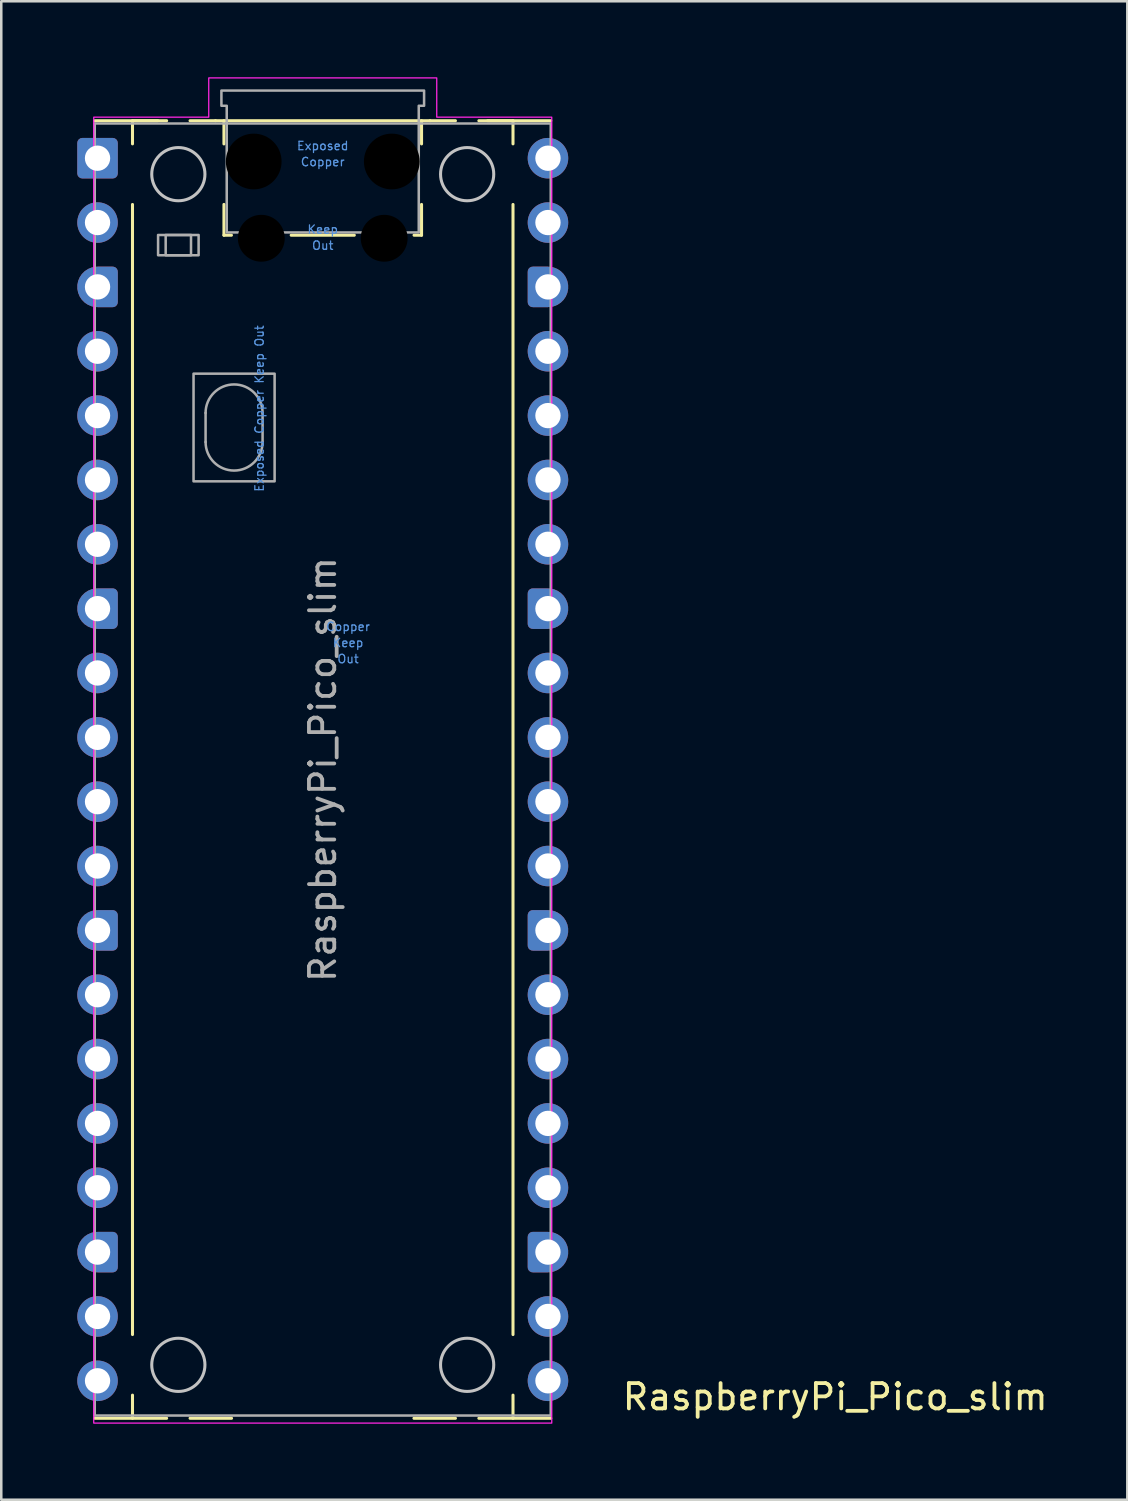
<source format=kicad_pcb>
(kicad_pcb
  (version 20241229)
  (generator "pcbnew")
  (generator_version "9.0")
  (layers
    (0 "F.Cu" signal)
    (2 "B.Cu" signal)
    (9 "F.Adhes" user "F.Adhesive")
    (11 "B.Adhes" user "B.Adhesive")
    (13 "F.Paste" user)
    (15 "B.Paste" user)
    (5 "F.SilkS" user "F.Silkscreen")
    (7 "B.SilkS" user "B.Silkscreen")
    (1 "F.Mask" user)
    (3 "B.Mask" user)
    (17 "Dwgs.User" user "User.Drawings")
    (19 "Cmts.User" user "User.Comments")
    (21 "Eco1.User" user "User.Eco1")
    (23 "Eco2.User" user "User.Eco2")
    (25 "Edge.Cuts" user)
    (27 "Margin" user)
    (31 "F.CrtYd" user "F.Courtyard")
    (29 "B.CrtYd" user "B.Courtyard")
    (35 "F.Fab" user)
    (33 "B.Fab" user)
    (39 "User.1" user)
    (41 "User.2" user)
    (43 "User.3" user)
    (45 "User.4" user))
  (footprint "RaspberryPi_Pico_slim"
    (layer "F.Cu")
    (at 9.69 27.325)
    (property "Reference" "RaspberryPi_Pico_slim" (at 11.748 24.765 0) (unlocked yes) (layer "F.SilkS") (effects (font (size 1 1) (thickness 0.15)) (justify left)))
    (attr through_hole)
    (fp_line (start -9 -25.61) (end -6.51 -25.61) (stroke (width 0.12) (type solid)) (layer "F.SilkS"))
    (fp_line (start -9 25.61) (end -6.162 25.61) (stroke (width 0.12) (type solid)) (layer "F.SilkS"))
    (fp_line (start -7.51 -25.61) (end -7.51 -24.696) (stroke (width 0.12) (type solid)) (layer "F.SilkS"))
    (fp_line (start -7.51 -25.61) (end -6.162 -25.61) (stroke (width 0.12) (type solid)) (layer "F.SilkS"))
    (fp_line (start -7.51 -22.304) (end -7.51 22.304) (stroke (width 0.12) (type solid)) (layer "F.SilkS"))
    (fp_line (start -7.51 24.696) (end -7.51 25.61) (stroke (width 0.12) (type solid)) (layer "F.SilkS"))
    (fp_line (start -5.238 -25.61) (end -4.235 -25.61) (stroke (width 0.12) (type solid)) (layer "F.SilkS"))
    (fp_line (start -4.235 -25.61) (end 4.235 -25.61) (stroke (width 0.12) (type solid)) (layer "F.SilkS"))
    (fp_line (start -3.9 -25.61) (end -3.9 -24.694) (stroke (width 0.12) (type solid)) (layer "F.SilkS"))
    (fp_line (start -3.9 -22.306) (end -3.9 -21.09) (stroke (width 0.12) (type solid)) (layer "F.SilkS"))
    (fp_line (start -3.9 -21.09) (end -3.604 -21.09) (stroke (width 0.12) (type solid)) (layer "F.SilkS"))
    (fp_line (start -3.6 25.61) (end -5.238 25.61) (stroke (width 0.12) (type solid)) (layer "F.SilkS"))
    (fp_line (start -1.246 -21.09) (end 1.246 -21.09) (stroke (width 0.12) (type solid)) (layer "F.SilkS"))
    (fp_line (start 3.604 -21.09) (end 3.9 -21.09) (stroke (width 0.12) (type solid)) (layer "F.SilkS"))
    (fp_line (start 3.9 -25.61) (end 3.9 -24.694) (stroke (width 0.12) (type solid)) (layer "F.SilkS"))
    (fp_line (start 3.9 -22.306) (end 3.9 -21.09) (stroke (width 0.12) (type solid)) (layer "F.SilkS"))
    (fp_line (start 4.235 -25.61) (end 5.238 -25.61) (stroke (width 0.12) (type solid)) (layer "F.SilkS"))
    (fp_line (start 5.238 25.61) (end 3.6 25.61) (stroke (width 0.12) (type solid)) (layer "F.SilkS"))
    (fp_line (start 6.162 -25.61) (end 7.51 -25.61) (stroke (width 0.12) (type solid)) (layer "F.SilkS"))
    (fp_line (start 6.162 25.61) (end 9 25.61) (stroke (width 0.12) (type solid)) (layer "F.SilkS"))
    (fp_line (start 7.51 -25.61) (end 7.51 -24.696) (stroke (width 0.12) (type solid)) (layer "F.SilkS"))
    (fp_line (start 7.51 -22.304) (end 7.51 22.304) (stroke (width 0.12) (type solid)) (layer "F.SilkS"))
    (fp_line (start 7.51 24.696) (end 7.51 25.61) (stroke (width 0.12) (type solid)) (layer "F.SilkS"))
    (fp_line (start 9 -25.61) (end 6.51 -25.61) (stroke (width 0.12) (type solid)) (layer "F.SilkS"))
    (fp_circle (center -5.7 -23.5) (end -4.65 -23.5) (stroke (width 0.12) (type solid)) (fill no) (layer "Dwgs.User"))
    (fp_circle (center -5.7 23.5) (end -4.65 23.5) (stroke (width 0.12) (type solid)) (fill no) (layer "Dwgs.User"))
    (fp_circle (center 5.7 -23.5) (end 6.75 -23.5) (stroke (width 0.12) (type solid)) (fill no) (layer "Dwgs.User"))
    (fp_circle (center 5.7 23.5) (end 6.75 23.5) (stroke (width 0.12) (type solid)) (fill no) (layer "Dwgs.User"))
    (fp_poly (pts (xy -4.5 -27.3) (xy 4.5 -27.3) (xy 4.5 -25.75) (xy 9.04 -25.75) (xy 9.04 25.8) (xy -9.04 25.8) (xy -9.04 -25.75) (xy -4.5 -25.75)) (stroke (width 0.05) (type solid)) (fill no) (layer "F.CrtYd"))
    (fp_line (start -9 -25.5) (end 9 -25.5) (stroke (width 0.1) (type solid)) (layer "F.Fab"))
    (fp_line (start -9 25.5) (end -9 -25.5) (stroke (width 0.1) (type solid)) (layer "F.Fab"))
    (fp_line (start -4.625 -14.075) (end -4.625 -12.925) (stroke (width 0.1) (type solid)) (layer "F.Fab"))
    (fp_line (start -2.375 -14.075) (end -2.375 -12.925) (stroke (width 0.1) (type solid)) (layer "F.Fab"))
    (fp_line (start 9 -25.5) (end 9 25.5) (stroke (width 0.1) (type solid)) (layer "F.Fab"))
    (fp_line (start 9 25.5) (end -9 25.5) (stroke (width 0.1) (type solid)) (layer "F.Fab"))
    (fp_rect (start -6.5 -21.1) (end -4.9 -20.3) (stroke (width 0.1) (type solid)) (fill no) (layer "F.Fab"))
    (fp_rect (start -6.2 -21.1) (end -5.2 -20.3) (stroke (width 0.1) (type solid)) (fill no) (layer "F.Fab"))
    (fp_rect (start -5.1 -15.625) (end -1.9 -11.375) (stroke (width 0.1) (type solid)) (fill no) (layer "F.Fab"))
    (fp_arc (start -4.625 -14.075) (mid -3.5 -15.2) (end -2.375 -14.075) (stroke (width 0.1) (type solid)) (layer "F.Fab"))
    (fp_arc (start -2.375 -12.925) (mid -3.5 -11.8) (end -4.625 -12.925) (stroke (width 0.1) (type solid)) (layer "F.Fab"))
    (fp_poly (pts (xy 3.79 -21.2) (xy 3.79 -26.2) (xy 4 -26.2) (xy 4 -26.8) (xy -4 -26.8) (xy -4 -26.2) (xy -3.79 -26.2) (xy -3.79 -21.2)) (stroke (width 0.1) (type solid)) (fill no) (layer "F.Fab"))
    (fp_text user "Copper" (at 0 -23.983 0) (unlocked yes) (layer "Cmts.User") (effects (font (size 0.333 0.333) (thickness 0.05))))
    (fp_text user "Exposed" (at 0 -24.617 0) (unlocked yes) (layer "Cmts.User") (effects (font (size 0.333 0.333) (thickness 0.05))))
    (fp_text user "Exposed Copper Keep Out" (at -2.5 -14.25 90) (unlocked yes) (layer "Cmts.User") (effects (font (size 0.333 0.333) (thickness 0.05))))
    (fp_text user "Keep" (at 0 -21.317 0) (unlocked yes) (layer "Cmts.User") (effects (font (size 0.333 0.333) (thickness 0.05))))
    (fp_text user "Out" (at 1 -4.365 0) (unlocked yes) (layer "Cmts.User") (effects (font (size 0.333 0.333) (thickness 0.05))))
    (fp_text user "Out" (at 0 -20.683 0) (unlocked yes) (layer "Cmts.User") (effects (font (size 0.333 0.333) (thickness 0.05))))
    (fp_text user "Copper" (at 1 -5.635 0) (unlocked yes) (layer "Cmts.User") (effects (font (size 0.333 0.333) (thickness 0.05))))
    (fp_text user "Keep" (at 1 -5 0) (unlocked yes) (layer "Cmts.User") (effects (font (size 0.333 0.333) (thickness 0.05))))
    (fp_text user "${REFERENCE}" (at 0 0 90) (layer "F.Fab") (effects (font (size 1 1) (thickness 0.15))))
    (pad "" np_thru_hole circle (at -2.725 -24) (size 2.2 2.2) (drill 2.2) (layers "*.Mask"))
    (pad "" np_thru_hole circle (at -2.425 -20.97) (size 1.85 1.85) (drill 1.85) (layers "*.Mask"))
    (pad "" np_thru_hole circle (at 2.425 -20.97) (size 1.85 1.85) (drill 1.85) (layers "*.Mask"))
    (pad "" np_thru_hole circle (at 2.725 -24) (size 2.2 2.2) (drill 2.2) (layers "*.Mask"))
    (pad "1" thru_hole roundrect (at -8.89 -24.13) (size 1.6 1.6) (drill 1) (layers "*.Cu" "*.Mask") (roundrect_rratio 0.125))
    (pad "2" thru_hole circle (at -8.89 -21.59) (size 1.6 1.6) (drill 1) (layers "*.Cu" "*.Mask"))
    (pad "3" thru_hole custom (at -8.89 -19.05) (size 1.6 1.6) (drill 1) (layers "*.Cu" "*.Mask") (options (anchor circle)) (primitives (gr_poly (pts (xy 0.8 0.6) (xy 0.8 -0.6) (xy 0.6 -0.8) (xy 0 -0.8) (xy 0 0.8) (xy 0.6 0.8)) (width 0) (fill yes)) (gr_circle (center 0.6 0.6) (end 0.8 0.6) (width 0) (fill yes)) (gr_circle (center 0.6 -0.6) (end 0.8 -0.6) (width 0) (fill yes))))
    (pad "4" thru_hole circle (at -8.89 -16.51) (size 1.6 1.6) (drill 1) (layers "*.Cu" "*.Mask"))
    (pad "5" thru_hole circle (at -8.89 -13.97) (size 1.6 1.6) (drill 1) (layers "*.Cu" "*.Mask"))
    (pad "6" thru_hole circle (at -8.89 -11.43) (size 1.6 1.6) (drill 1) (layers "*.Cu" "*.Mask"))
    (pad "7" thru_hole circle (at -8.89 -8.89) (size 1.6 1.6) (drill 1) (layers "*.Cu" "*.Mask"))
    (pad "8" thru_hole custom (at -8.89 -6.35) (size 1.6 1.6) (drill 1) (layers "*.Cu" "*.Mask") (options (anchor circle)) (primitives (gr_poly (pts (xy 0.8 0.6) (xy 0.8 -0.6) (xy 0.6 -0.8) (xy 0 -0.8) (xy 0 0.8) (xy 0.6 0.8)) (width 0) (fill yes)) (gr_circle (center 0.6 0.6) (end 0.8 0.6) (width 0) (fill yes)) (gr_circle (center 0.6 -0.6) (end 0.8 -0.6) (width 0) (fill yes))))
    (pad "9" thru_hole circle (at -8.89 -3.81) (size 1.6 1.6) (drill 1) (layers "*.Cu" "*.Mask"))
    (pad "10" thru_hole circle (at -8.89 -1.27) (size 1.6 1.6) (drill 1) (layers "*.Cu" "*.Mask"))
    (pad "11" thru_hole circle (at -8.89 1.27) (size 1.6 1.6) (drill 1) (layers "*.Cu" "*.Mask"))
    (pad "12" thru_hole circle (at -8.89 3.81) (size 1.6 1.6) (drill 1) (layers "*.Cu" "*.Mask"))
    (pad "13" thru_hole custom (at -8.89 6.35) (size 1.6 1.6) (drill 1) (layers "*.Cu" "*.Mask") (options (anchor circle)) (primitives (gr_poly (pts (xy 0.8 0.6) (xy 0.8 -0.6) (xy 0.6 -0.8) (xy 0 -0.8) (xy 0 0.8) (xy 0.6 0.8)) (width 0) (fill yes)) (gr_circle (center 0.6 0.6) (end 0.8 0.6) (width 0) (fill yes)) (gr_circle (center 0.6 -0.6) (end 0.8 -0.6) (width 0) (fill yes))))
    (pad "14" thru_hole circle (at -8.89 8.89) (size 1.6 1.6) (drill 1) (layers "*.Cu" "*.Mask"))
    (pad "15" thru_hole circle (at -8.89 11.43) (size 1.6 1.6) (drill 1) (layers "*.Cu" "*.Mask"))
    (pad "16" thru_hole circle (at -8.89 13.97) (size 1.6 1.6) (drill 1) (layers "*.Cu" "*.Mask"))
    (pad "17" thru_hole circle (at -8.89 16.51) (size 1.6 1.6) (drill 1) (layers "*.Cu" "*.Mask"))
    (pad "18" thru_hole custom (at -8.89 19.05) (size 1.6 1.6) (drill 1) (layers "*.Cu" "*.Mask") (options (anchor circle)) (primitives (gr_poly (pts (xy 0.8 0.6) (xy 0.8 -0.6) (xy 0.6 -0.8) (xy 0 -0.8) (xy 0 0.8) (xy 0.6 0.8)) (width 0) (fill yes)) (gr_circle (center 0.6 0.6) (end 0.8 0.6) (width 0) (fill yes)) (gr_circle (center 0.6 -0.6) (end 0.8 -0.6) (width 0) (fill yes))))
    (pad "19" thru_hole circle (at -8.89 21.59) (size 1.6 1.6) (drill 1) (layers "*.Cu" "*.Mask"))
    (pad "20" thru_hole circle (at -8.89 24.13) (size 1.6 1.6) (drill 1) (layers "*.Cu" "*.Mask"))
    (pad "21" thru_hole circle (at 8.89 24.13) (size 1.6 1.6) (drill 1) (layers "*.Cu" "*.Mask"))
    (pad "22" thru_hole circle (at 8.89 21.59) (size 1.6 1.6) (drill 1) (layers "*.Cu" "*.Mask"))
    (pad "23" thru_hole custom (at 8.89 19.05) (size 1.6 1.6) (drill 1) (layers "*.Cu" "*.Mask") (options (anchor circle)) (primitives (gr_poly (pts (xy -0.8 0.6) (xy -0.8 -0.6) (xy -0.6 -0.8) (xy 0 -0.8) (xy 0 0.8) (xy -0.6 0.8)) (width 0) (fill yes)) (gr_circle (center -0.6 0.6) (end -0.4 0.6) (width 0) (fill yes)) (gr_circle (center -0.6 -0.6) (end -0.4 -0.6) (width 0) (fill yes))))
    (pad "24" thru_hole circle (at 8.89 16.51) (size 1.6 1.6) (drill 1) (layers "*.Cu" "*.Mask"))
    (pad "25" thru_hole circle (at 8.89 13.97) (size 1.6 1.6) (drill 1) (layers "*.Cu" "*.Mask"))
    (pad "26" thru_hole circle (at 8.89 11.43) (size 1.6 1.6) (drill 1) (layers "*.Cu" "*.Mask"))
    (pad "27" thru_hole circle (at 8.89 8.89) (size 1.6 1.6) (drill 1) (layers "*.Cu" "*.Mask"))
    (pad "28" thru_hole custom (at 8.89 6.35) (size 1.6 1.6) (drill 1) (layers "*.Cu" "*.Mask") (options (anchor circle)) (primitives (gr_poly (pts (xy -0.8 0.6) (xy -0.8 -0.6) (xy -0.6 -0.8) (xy 0 -0.8) (xy 0 0.8) (xy -0.6 0.8)) (width 0) (fill yes)) (gr_circle (center -0.6 0.6) (end -0.4 0.6) (width 0) (fill yes)) (gr_circle (center -0.6 -0.6) (end -0.4 -0.6) (width 0) (fill yes))))
    (pad "29" thru_hole circle (at 8.89 3.81) (size 1.6 1.6) (drill 1) (layers "*.Cu" "*.Mask"))
    (pad "30" thru_hole circle (at 8.89 1.27) (size 1.6 1.6) (drill 1) (layers "*.Cu" "*.Mask"))
    (pad "31" thru_hole circle (at 8.89 -1.27) (size 1.6 1.6) (drill 1) (layers "*.Cu" "*.Mask"))
    (pad "32" thru_hole circle (at 8.89 -3.81) (size 1.6 1.6) (drill 1) (layers "*.Cu" "*.Mask"))
    (pad "33" thru_hole custom (at 8.89 -6.35) (size 1.6 1.6) (drill 1) (layers "*.Cu" "*.Mask") (options (anchor circle)) (primitives (gr_poly (pts (xy -0.8 0.6) (xy -0.8 -0.6) (xy -0.6 -0.8) (xy 0 -0.8) (xy 0 0.8) (xy -0.6 0.8)) (width 0) (fill yes)) (gr_circle (center -0.6 0.6) (end -0.4 0.6) (width 0) (fill yes)) (gr_circle (center -0.6 -0.6) (end -0.4 -0.6) (width 0) (fill yes))))
    (pad "34" thru_hole circle (at 8.89 -8.89) (size 1.6 1.6) (drill 1) (layers "*.Cu" "*.Mask"))
    (pad "35" thru_hole circle (at 8.89 -11.43) (size 1.6 1.6) (drill 1) (layers "*.Cu" "*.Mask"))
    (pad "36" thru_hole circle (at 8.89 -13.97) (size 1.6 1.6) (drill 1) (layers "*.Cu" "*.Mask"))
    (pad "37" thru_hole circle (at 8.89 -16.51) (size 1.6 1.6) (drill 1) (layers "*.Cu" "*.Mask"))
    (pad "38" thru_hole custom (at 8.89 -19.05) (size 1.6 1.6) (drill 1) (layers "*.Cu" "*.Mask") (options (anchor circle)) (primitives (gr_poly (pts (xy -0.8 0.6) (xy -0.8 -0.6) (xy -0.6 -0.8) (xy 0 -0.8) (xy 0 0.8) (xy -0.6 0.8)) (width 0) (fill yes)) (gr_circle (center -0.6 0.6) (end -0.4 0.6) (width 0) (fill yes)) (gr_circle (center -0.6 -0.6) (end -0.4 -0.6) (width 0) (fill yes))))
    (pad "39" thru_hole circle (at 8.89 -21.59) (size 1.6 1.6) (drill 1) (layers "*.Cu" "*.Mask"))
    (pad "40" thru_hole circle (at 8.89 -24.13) (size 1.6 1.6) (drill 1) (layers "*.Cu" "*.Mask"))
    (zone (net_name "") (layers "F.Cu" "F.Paste") (name "Pad Keep Out TP6") (hatch full 0.5) (connect_pads) (min_thickness 0.25) (filled_areas_thickness no) (keepout (tracks not_allowed) (vias not_allowed) (pads not_allowed) (copperpour not_allowed) (footprints allowed)) (placement (enabled no)) (fill) (polygon (pts (xy 6.674 17.273) (xy 6.548 17.239) (xy 6.434 17.173) (xy 6.342 17.081) (xy 6.276 16.967) (xy 6.242 16.841) (xy 6.24 16.775) (xy 6.24 13.075) (xy 8.14 13.075) (xy 8.14 16.775) (xy 8.138 16.841) (xy 8.104 16.967) (xy 8.038 17.081) (xy 7.946 17.173) (xy 7.832 17.239) (xy 7.706 17.273) (xy 7.64 17.275) (xy 6.74 17.275))))
    (zone (net_name "") (layers "F.Cu" "F.Paste") (name "Pad Keep Out TP3") (hatch full 0.5) (connect_pads) (min_thickness 0.25) (filled_areas_thickness no) (keepout (tracks not_allowed) (vias not_allowed) (pads not_allowed) (copperpour not_allowed) (footprints allowed)) (placement (enabled no)) (fill) (polygon (pts (xy 7.742 2.509) (xy 7.776 2.383) (xy 7.842 2.269) (xy 7.934 2.177) (xy 8.048 2.111) (xy 8.174 2.077) (xy 8.24 2.075) (xy 8.69 2.075) (xy 8.69 3.975) (xy 8.24 3.975) (xy 8.174 3.973) (xy 8.048 3.939) (xy 7.934 3.873) (xy 7.842 3.781) (xy 7.776 3.667) (xy 7.742 3.541) (xy 7.74 3.475) (xy 7.74 2.575))))
    (zone (net_name "") (layers "F.Cu" "F.Paste") (name "Pad Keep Out TP4") (hatch full 0.5) (connect_pads) (min_thickness 0.25) (filled_areas_thickness no) (keepout (tracks not_allowed) (vias not_allowed) (pads not_allowed) (copperpour not_allowed) (footprints allowed)) (placement (enabled no)) (fill) (polygon (pts (xy 8.14 13.075) (xy 8.14 9.375) (xy 8.138 9.309) (xy 8.104 9.183) (xy 8.038 9.069) (xy 7.946 8.977) (xy 7.832 8.911) (xy 7.706 8.877) (xy 7.64 8.875) (xy 6.74 8.875) (xy 6.674 8.877) (xy 6.548 8.911) (xy 6.434 8.977) (xy 6.342 9.069) (xy 6.276 9.183) (xy 6.242 9.309) (xy 6.24 9.375) (xy 6.24 13.075))))
    (zone (net_name "") (layers "F.Cu" "F.Paste") (name "Pad Keep Out TP3") (hatch full 0.5) (connect_pads) (min_thickness 0.25) (filled_areas_thickness no) (keepout (tracks not_allowed) (vias not_allowed) (pads not_allowed) (copperpour not_allowed) (footprints allowed)) (placement (enabled no)) (fill) (polygon (pts (xy 8.69 3.975) (xy 9.14 3.975) (xy 9.206 3.973) (xy 9.332 3.939) (xy 9.446 3.873) (xy 9.538 3.781) (xy 9.604 3.667) (xy 9.638 3.541) (xy 9.64 3.475) (xy 9.64 2.575) (xy 9.638 2.509) (xy 9.604 2.383) (xy 9.538 2.269) (xy 9.446 2.177) (xy 9.332 2.111) (xy 9.206 2.077) (xy 9.14 2.075) (xy 8.69 2.075))))
    (zone (net_name "") (layers "F.Cu" "F.Paste") (name "Pad Keep Out TP1") (hatch full 0.5) (connect_pads) (min_thickness 0.25) (filled_areas_thickness no) (keepout (tracks not_allowed) (vias not_allowed) (pads not_allowed) (copperpour not_allowed) (footprints allowed)) (placement (enabled no)) (fill) (polygon (pts (xy 8.742 5.809) (xy 8.776 5.683) (xy 8.842 5.569) (xy 8.934 5.477) (xy 9.048 5.411) (xy 9.174 5.377) (xy 9.24 5.375) (xy 9.69 5.375) (xy 9.69 7.275) (xy 9.24 7.275) (xy 9.174 7.273) (xy 9.048 7.239) (xy 8.934 7.173) (xy 8.842 7.081) (xy 8.776 6.967) (xy 8.742 6.841) (xy 8.74 6.775) (xy 8.74 5.875))))
    (zone (net_name "") (layers "F.Cu" "F.Paste") (name "Pad Keep Out TP1") (hatch full 0.5) (connect_pads) (min_thickness 0.25) (filled_areas_thickness no) (keepout (tracks not_allowed) (vias not_allowed) (pads not_allowed) (copperpour not_allowed) (footprints allowed)) (placement (enabled no)) (fill) (polygon (pts (xy 9.69 7.275) (xy 10.14 7.275) (xy 10.206 7.273) (xy 10.332 7.239) (xy 10.446 7.173) (xy 10.538 7.081) (xy 10.604 6.967) (xy 10.638 6.841) (xy 10.64 6.775) (xy 10.64 5.875) (xy 10.638 5.809) (xy 10.604 5.683) (xy 10.538 5.569) (xy 10.446 5.477) (xy 10.332 5.411) (xy 10.206 5.377) (xy 10.14 5.375) (xy 9.69 5.375))))
    (zone (net_name "") (layers "F.Cu" "F.Paste") (name "Pad Keep Out TP2") (hatch full 0.5) (connect_pads) (min_thickness 0.25) (filled_areas_thickness no) (keepout (tracks not_allowed) (vias not_allowed) (pads not_allowed) (copperpour not_allowed) (footprints allowed)) (placement (enabled no)) (fill) (polygon (pts (xy 9.742 2.524) (xy 9.776 2.398) (xy 9.842 2.284) (xy 9.934 2.192) (xy 10.048 2.126) (xy 10.174 2.092) (xy 10.24 2.09) (xy 10.69 2.09) (xy 10.69 3.99) (xy 10.24 3.99) (xy 10.174 3.988) (xy 10.048 3.954) (xy 9.934 3.888) (xy 9.842 3.796) (xy 9.776 3.682) (xy 9.742 3.556) (xy 9.74 3.49) (xy 9.74 2.59))))
    (zone (net_name "") (layers "F.Cu" "F.Paste") (name "Pad Keep Out TP7") (hatch full 0.5) (connect_pads) (min_thickness 0.25) (filled_areas_thickness no) (keepout (tracks not_allowed) (vias not_allowed) (pads not_allowed) (copperpour not_allowed) (footprints allowed)) (placement (enabled no)) (fill) (polygon (pts (xy 9.742 21.809) (xy 9.776 21.683) (xy 9.842 21.569) (xy 9.934 21.477) (xy 10.048 21.411) (xy 10.174 21.377) (xy 10.24 21.375) (xy 10.69 21.375) (xy 10.69 23.275) (xy 10.24 23.275) (xy 10.174 23.273) (xy 10.048 23.239) (xy 9.934 23.173) (xy 9.842 23.081) (xy 9.776 22.967) (xy 9.742 22.841) (xy 9.74 22.775) (xy 9.74 21.875))))
    (zone (net_name "") (layers "F.Cu" "F.Paste") (name "Pad Keep Out TP2") (hatch full 0.5) (connect_pads) (min_thickness 0.25) (filled_areas_thickness no) (keepout (tracks not_allowed) (vias not_allowed) (pads not_allowed) (copperpour not_allowed) (footprints allowed)) (placement (enabled no)) (fill) (polygon (pts (xy 10.69 3.99) (xy 11.14 3.99) (xy 11.206 3.988) (xy 11.332 3.954) (xy 11.446 3.888) (xy 11.538 3.796) (xy 11.604 3.682) (xy 11.638 3.556) (xy 11.64 3.49) (xy 11.64 2.59) (xy 11.638 2.524) (xy 11.604 2.398) (xy 11.538 2.284) (xy 11.446 2.192) (xy 11.332 2.126) (xy 11.206 2.092) (xy 11.14 2.09) (xy 10.69 2.09))))
    (zone (net_name "") (layers "F.Cu" "F.Paste") (name "Pad Keep Out TP7") (hatch full 0.5) (connect_pads) (min_thickness 0.25) (filled_areas_thickness no) (keepout (tracks not_allowed) (vias not_allowed) (pads not_allowed) (copperpour not_allowed) (footprints allowed)) (placement (enabled no)) (fill) (polygon (pts (xy 10.69 23.275) (xy 11.14 23.275) (xy 11.206 23.273) (xy 11.332 23.239) (xy 11.446 23.173) (xy 11.538 23.081) (xy 11.604 22.967) (xy 11.638 22.841) (xy 11.64 22.775) (xy 11.64 21.875) (xy 11.638 21.809) (xy 11.604 21.683) (xy 11.538 21.569) (xy 11.446 21.477) (xy 11.332 21.411) (xy 11.206 21.377) (xy 11.14 21.375) (xy 10.69 21.375)))))
  (gr_rect
    (start -3 -3)
    (end 41.449 56.15)
    (stroke (width 0.1) (type default))
    (fill no)
    (layer "Edge.Cuts")))
</source>
